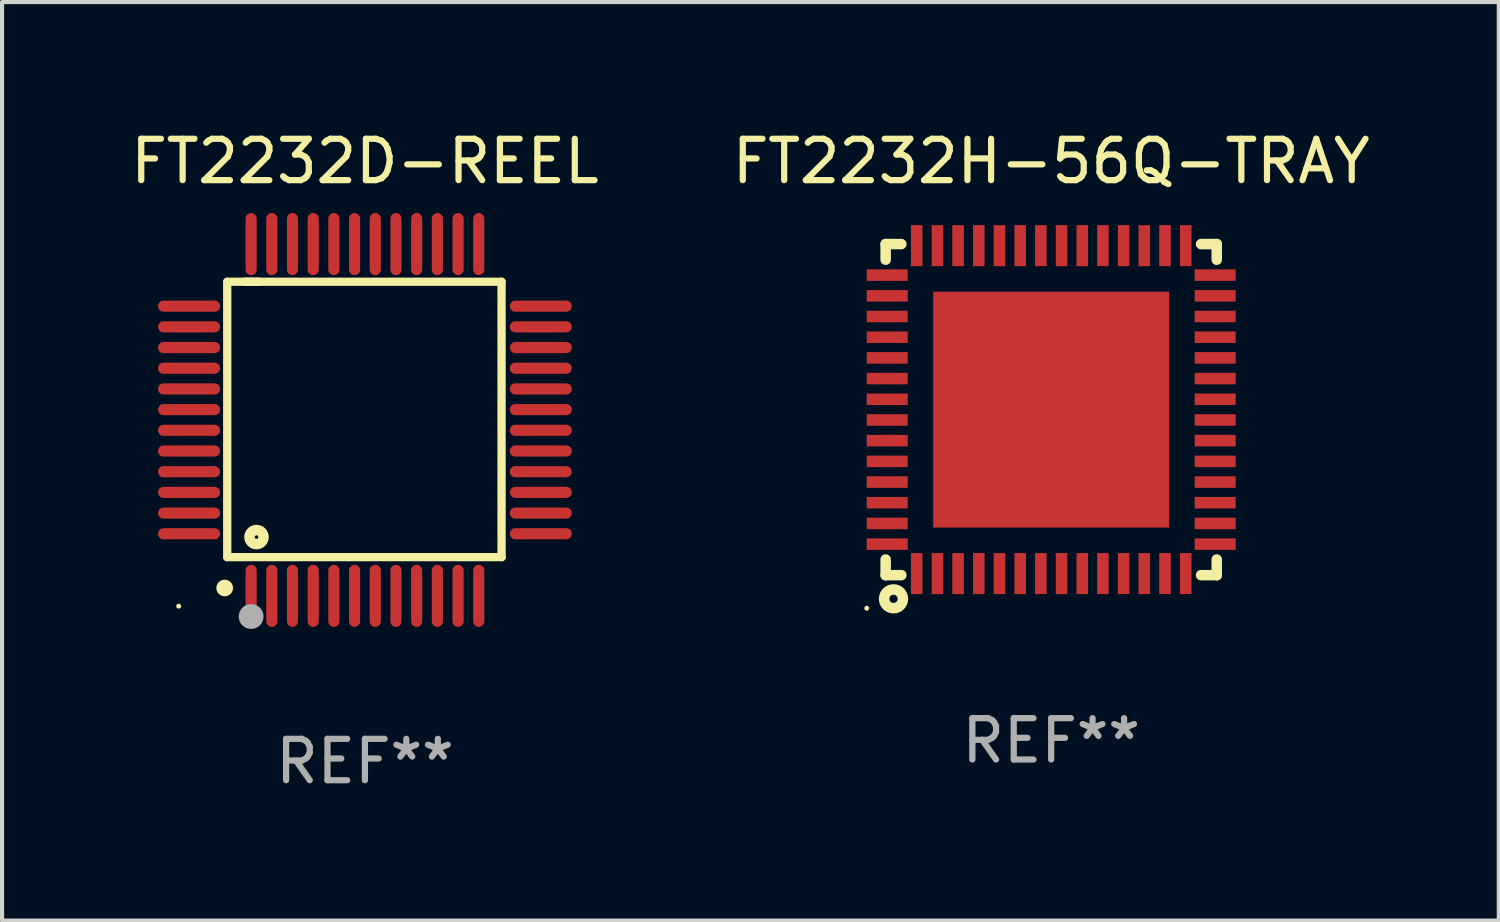
<source format=kicad_pcb>
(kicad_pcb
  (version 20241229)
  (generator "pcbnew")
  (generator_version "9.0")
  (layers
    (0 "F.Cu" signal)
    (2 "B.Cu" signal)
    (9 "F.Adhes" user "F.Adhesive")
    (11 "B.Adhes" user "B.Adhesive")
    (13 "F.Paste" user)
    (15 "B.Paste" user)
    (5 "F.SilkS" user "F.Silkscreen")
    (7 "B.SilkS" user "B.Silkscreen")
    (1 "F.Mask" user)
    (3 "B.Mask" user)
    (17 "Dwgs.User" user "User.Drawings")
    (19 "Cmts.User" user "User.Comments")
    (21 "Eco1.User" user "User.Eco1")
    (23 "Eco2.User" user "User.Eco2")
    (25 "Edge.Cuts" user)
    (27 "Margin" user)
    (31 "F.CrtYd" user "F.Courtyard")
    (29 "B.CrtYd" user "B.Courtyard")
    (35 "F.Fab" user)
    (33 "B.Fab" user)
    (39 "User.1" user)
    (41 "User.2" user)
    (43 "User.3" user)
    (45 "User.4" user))
  (footprint "FT2232H-56Q-TRAY"
    (layer "F.Cu")
    (at 22.351 6.848)
    (property "Reference" "FT2232H-56Q-TRAY" (at 0 -6 0) (layer "F.SilkS") (effects (font (size 1 1) (thickness 0.15))))
    (attr through_hole)
    (fp_line (start -4 -4) (end -3.622 -4) (stroke (width 0.254) (type solid)) (layer "F.SilkS"))
    (fp_line (start -4 -3.622) (end -4 -4) (stroke (width 0.254) (type solid)) (layer "F.SilkS"))
    (fp_line (start -4 4) (end -4 3.622) (stroke (width 0.254) (type solid)) (layer "F.SilkS"))
    (fp_line (start -4 4) (end -3.622 4) (stroke (width 0.254) (type solid)) (layer "F.SilkS"))
    (fp_line (start 3.622 -4) (end 4 -4) (stroke (width 0.254) (type solid)) (layer "F.SilkS"))
    (fp_line (start 3.622 4) (end 4 4) (stroke (width 0.254) (type solid)) (layer "F.SilkS"))
    (fp_line (start 4 -4) (end 4 -3.622) (stroke (width 0.254) (type solid)) (layer "F.SilkS"))
    (fp_line (start 4 3.622) (end 4 4) (stroke (width 0.254) (type solid)) (layer "F.SilkS"))
    (fp_circle (center -4.457 4.799) (end -4.427 4.799) (stroke (width 0.06) (type solid)) (fill no) (layer "F.SilkS"))
    (fp_circle (center -3.81 4.572) (end -3.71 4.572) (stroke (width 0.254) (type solid)) (fill no) (layer "F.SilkS"))
    (fp_text user "REF**" (at 0 8 0) (layer "F.Fab") (effects (font (size 1 1) (thickness 0.15))))
    (pad "1" smd rect (at -3.25 3.962 90) (size 0.991 0.279) (layers "F.Cu" "F.Mask" "F.Paste"))
    (pad "2" smd rect (at -2.75 3.962 90) (size 0.991 0.279) (layers "F.Cu" "F.Mask" "F.Paste"))
    (pad "3" smd rect (at -2.25 3.962 90) (size 0.991 0.279) (layers "F.Cu" "F.Mask" "F.Paste"))
    (pad "4" smd rect (at -1.75 3.962 90) (size 0.991 0.279) (layers "F.Cu" "F.Mask" "F.Paste"))
    (pad "5" smd rect (at -1.25 3.962 90) (size 0.991 0.279) (layers "F.Cu" "F.Mask" "F.Paste"))
    (pad "6" smd rect (at -0.75 3.962 90) (size 0.991 0.279) (layers "F.Cu" "F.Mask" "F.Paste"))
    (pad "7" smd rect (at -0.25 3.962 90) (size 0.991 0.279) (layers "F.Cu" "F.Mask" "F.Paste"))
    (pad "8" smd rect (at 0.25 3.962 90) (size 0.991 0.279) (layers "F.Cu" "F.Mask" "F.Paste"))
    (pad "9" smd rect (at 0.75 3.962 90) (size 0.991 0.279) (layers "F.Cu" "F.Mask" "F.Paste"))
    (pad "10" smd rect (at 1.25 3.962 90) (size 0.991 0.279) (layers "F.Cu" "F.Mask" "F.Paste"))
    (pad "11" smd rect (at 1.75 3.962 90) (size 0.991 0.279) (layers "F.Cu" "F.Mask" "F.Paste"))
    (pad "12" smd rect (at 2.25 3.962 90) (size 0.991 0.279) (layers "F.Cu" "F.Mask" "F.Paste"))
    (pad "13" smd rect (at 2.75 3.962 90) (size 0.991 0.279) (layers "F.Cu" "F.Mask" "F.Paste"))
    (pad "14" smd rect (at 3.25 3.962 90) (size 0.991 0.279) (layers "F.Cu" "F.Mask" "F.Paste"))
    (pad "15" smd rect (at 3.962 3.25 90) (size 0.279 0.991) (layers "F.Cu" "F.Mask" "F.Paste"))
    (pad "16" smd rect (at 3.962 2.75 90) (size 0.279 0.991) (layers "F.Cu" "F.Mask" "F.Paste"))
    (pad "17" smd rect (at 3.962 2.25 90) (size 0.279 0.991) (layers "F.Cu" "F.Mask" "F.Paste"))
    (pad "18" smd rect (at 3.962 1.75 90) (size 0.279 0.991) (layers "F.Cu" "F.Mask" "F.Paste"))
    (pad "19" smd rect (at 3.962 1.25 90) (size 0.279 0.991) (layers "F.Cu" "F.Mask" "F.Paste"))
    (pad "20" smd rect (at 3.962 0.75 90) (size 0.279 0.991) (layers "F.Cu" "F.Mask" "F.Paste"))
    (pad "21" smd rect (at 3.962 0.25 90) (size 0.279 0.991) (layers "F.Cu" "F.Mask" "F.Paste"))
    (pad "22" smd rect (at 3.962 -0.25 90) (size 0.279 0.991) (layers "F.Cu" "F.Mask" "F.Paste"))
    (pad "23" smd rect (at 3.962 -0.75 90) (size 0.279 0.991) (layers "F.Cu" "F.Mask" "F.Paste"))
    (pad "24" smd rect (at 3.962 -1.25 90) (size 0.279 0.991) (layers "F.Cu" "F.Mask" "F.Paste"))
    (pad "25" smd rect (at 3.962 -1.75 90) (size 0.279 0.991) (layers "F.Cu" "F.Mask" "F.Paste"))
    (pad "26" smd rect (at 3.962 -2.25 90) (size 0.279 0.991) (layers "F.Cu" "F.Mask" "F.Paste"))
    (pad "27" smd rect (at 3.962 -2.75 90) (size 0.279 0.991) (layers "F.Cu" "F.Mask" "F.Paste"))
    (pad "28" smd rect (at 3.962 -3.25 90) (size 0.279 0.991) (layers "F.Cu" "F.Mask" "F.Paste"))
    (pad "29" smd rect (at 3.25 -3.962 90) (size 0.991 0.279) (layers "F.Cu" "F.Mask" "F.Paste"))
    (pad "30" smd rect (at 2.75 -3.962 90) (size 0.991 0.279) (layers "F.Cu" "F.Mask" "F.Paste"))
    (pad "31" smd rect (at 2.25 -3.962 90) (size 0.991 0.279) (layers "F.Cu" "F.Mask" "F.Paste"))
    (pad "32" smd rect (at 1.75 -3.962 90) (size 0.991 0.279) (layers "F.Cu" "F.Mask" "F.Paste"))
    (pad "33" smd rect (at 1.25 -3.962 90) (size 0.991 0.279) (layers "F.Cu" "F.Mask" "F.Paste"))
    (pad "34" smd rect (at 0.75 -3.962 90) (size 0.991 0.279) (layers "F.Cu" "F.Mask" "F.Paste"))
    (pad "35" smd rect (at 0.25 -3.962 90) (size 0.991 0.279) (layers "F.Cu" "F.Mask" "F.Paste"))
    (pad "36" smd rect (at -0.25 -3.962 90) (size 0.991 0.279) (layers "F.Cu" "F.Mask" "F.Paste"))
    (pad "37" smd rect (at -0.75 -3.962 90) (size 0.991 0.279) (layers "F.Cu" "F.Mask" "F.Paste"))
    (pad "38" smd rect (at -1.25 -3.962 90) (size 0.991 0.279) (layers "F.Cu" "F.Mask" "F.Paste"))
    (pad "39" smd rect (at -1.75 -3.962 90) (size 0.991 0.279) (layers "F.Cu" "F.Mask" "F.Paste"))
    (pad "40" smd rect (at -2.25 -3.962 90) (size 0.991 0.279) (layers "F.Cu" "F.Mask" "F.Paste"))
    (pad "41" smd rect (at -2.75 -3.962 90) (size 0.991 0.279) (layers "F.Cu" "F.Mask" "F.Paste"))
    (pad "42" smd rect (at -3.25 -3.962 90) (size 0.991 0.279) (layers "F.Cu" "F.Mask" "F.Paste"))
    (pad "43" smd rect (at -3.962 -3.25 90) (size 0.279 0.991) (layers "F.Cu" "F.Mask" "F.Paste"))
    (pad "44" smd rect (at -3.962 -2.75 90) (size 0.279 0.991) (layers "F.Cu" "F.Mask" "F.Paste"))
    (pad "45" smd rect (at -3.962 -2.25 90) (size 0.279 0.991) (layers "F.Cu" "F.Mask" "F.Paste"))
    (pad "46" smd rect (at -3.962 -1.75 90) (size 0.279 0.991) (layers "F.Cu" "F.Mask" "F.Paste"))
    (pad "47" smd rect (at -3.962 -1.25 90) (size 0.279 0.991) (layers "F.Cu" "F.Mask" "F.Paste"))
    (pad "48" smd rect (at -3.962 -0.75 90) (size 0.279 0.991) (layers "F.Cu" "F.Mask" "F.Paste"))
    (pad "49" smd rect (at -3.962 -0.25 90) (size 0.279 0.991) (layers "F.Cu" "F.Mask" "F.Paste"))
    (pad "50" smd rect (at -3.962 0.25 90) (size 0.279 0.991) (layers "F.Cu" "F.Mask" "F.Paste"))
    (pad "51" smd rect (at -3.962 0.75 90) (size 0.279 0.991) (layers "F.Cu" "F.Mask" "F.Paste"))
    (pad "52" smd rect (at -3.962 1.25 90) (size 0.279 0.991) (layers "F.Cu" "F.Mask" "F.Paste"))
    (pad "53" smd rect (at -3.962 1.75 90) (size 0.279 0.991) (layers "F.Cu" "F.Mask" "F.Paste"))
    (pad "54" smd rect (at -3.962 2.25 90) (size 0.279 0.991) (layers "F.Cu" "F.Mask" "F.Paste"))
    (pad "55" smd rect (at -3.962 2.75 90) (size 0.279 0.991) (layers "F.Cu" "F.Mask" "F.Paste"))
    (pad "56" smd rect (at -3.962 3.25 90) (size 0.279 0.991) (layers "F.Cu" "F.Mask" "F.Paste"))
    (pad "57" smd rect (at 0 0 90) (size 5.7 5.7) (layers "F.Cu" "F.Mask" "F.Paste")))
  (footprint "FT2232D-REEL"
    (layer "F.Cu")
    (at 5.768 7.098)
    (property "Reference" "FT2232D-REEL" (at 0 -6.25 0) (layer "F.SilkS") (effects (font (size 1 1) (thickness 0.15))))
    (attr through_hole)
    (fp_line (start -3.327 -3.34) (end -2.565 -3.34) (stroke (width 0.2) (type solid)) (layer "F.SilkS"))
    (fp_line (start -3.327 3.315) (end -3.327 -3.34) (stroke (width 0.2) (type solid)) (layer "F.SilkS"))
    (fp_line (start -2.896 -3.34) (end 3.302 -3.34) (stroke (width 0.2) (type solid)) (layer "F.SilkS"))
    (fp_line (start 3.302 -3.34) (end 3.302 3.315) (stroke (width 0.2) (type solid)) (layer "F.SilkS"))
    (fp_line (start 3.302 3.315) (end -3.327 3.315) (stroke (width 0.2) (type solid)) (layer "F.SilkS"))
    (fp_arc (start -3.389992 4.059995) (mid -3.388722 4.059991) (end -3.387452 4.059995) (stroke (width 0.4) (type solid)) (layer "F.SilkS"))
    (fp_circle (center -4.5 4.5) (end -4.47 4.5) (stroke (width 0.06) (type solid)) (fill no) (layer "F.SilkS"))
    (fp_circle (center -2.62 2.83) (end -2.45 2.83) (stroke (width 0.254) (type solid)) (fill no) (layer "F.SilkS"))
    (fp_circle (center -2.75 4.75) (end -2.6 4.75) (stroke (width 0.3) (type solid)) (fill no) (layer "F.Fab"))
    (fp_text user "REF**" (at 0 8.25 0) (layer "F.Fab") (effects (font (size 1 1) (thickness 0.15))))
    (pad "1" smd oval (at -2.75 4.25) (size 0.27 1.5) (layers "F.Cu" "F.Mask" "F.Paste"))
    (pad "2" smd oval (at -2.25 4.25) (size 0.27 1.5) (layers "F.Cu" "F.Mask" "F.Paste"))
    (pad "3" smd oval (at -1.75 4.25) (size 0.27 1.5) (layers "F.Cu" "F.Mask" "F.Paste"))
    (pad "4" smd oval (at -1.25 4.25) (size 0.27 1.5) (layers "F.Cu" "F.Mask" "F.Paste"))
    (pad "5" smd oval (at -0.75 4.25) (size 0.27 1.5) (layers "F.Cu" "F.Mask" "F.Paste"))
    (pad "6" smd oval (at -0.25 4.25) (size 0.27 1.5) (layers "F.Cu" "F.Mask" "F.Paste"))
    (pad "7" smd oval (at 0.25 4.25) (size 0.27 1.5) (layers "F.Cu" "F.Mask" "F.Paste"))
    (pad "8" smd oval (at 0.75 4.25) (size 0.27 1.5) (layers "F.Cu" "F.Mask" "F.Paste"))
    (pad "9" smd oval (at 1.25 4.25) (size 0.27 1.5) (layers "F.Cu" "F.Mask" "F.Paste"))
    (pad "10" smd oval (at 1.75 4.25) (size 0.27 1.5) (layers "F.Cu" "F.Mask" "F.Paste"))
    (pad "11" smd oval (at 2.25 4.25) (size 0.27 1.5) (layers "F.Cu" "F.Mask" "F.Paste"))
    (pad "12" smd oval (at 2.75 4.25) (size 0.27 1.5) (layers "F.Cu" "F.Mask" "F.Paste"))
    (pad "13" smd oval (at 4.25 2.75) (size 1.5 0.27) (layers "F.Cu" "F.Mask" "F.Paste"))
    (pad "14" smd oval (at 4.25 2.25) (size 1.5 0.27) (layers "F.Cu" "F.Mask" "F.Paste"))
    (pad "15" smd oval (at 4.25 1.75) (size 1.5 0.27) (layers "F.Cu" "F.Mask" "F.Paste"))
    (pad "16" smd oval (at 4.25 1.25) (size 1.5 0.27) (layers "F.Cu" "F.Mask" "F.Paste"))
    (pad "17" smd oval (at 4.25 0.75) (size 1.5 0.27) (layers "F.Cu" "F.Mask" "F.Paste"))
    (pad "18" smd oval (at 4.25 0.25) (size 1.5 0.27) (layers "F.Cu" "F.Mask" "F.Paste"))
    (pad "19" smd oval (at 4.25 -0.25) (size 1.5 0.27) (layers "F.Cu" "F.Mask" "F.Paste"))
    (pad "20" smd oval (at 4.25 -0.75) (size 1.5 0.27) (layers "F.Cu" "F.Mask" "F.Paste"))
    (pad "21" smd oval (at 4.25 -1.25) (size 1.5 0.27) (layers "F.Cu" "F.Mask" "F.Paste"))
    (pad "22" smd oval (at 4.25 -1.75) (size 1.5 0.27) (layers "F.Cu" "F.Mask" "F.Paste"))
    (pad "23" smd oval (at 4.25 -2.25) (size 1.5 0.27) (layers "F.Cu" "F.Mask" "F.Paste"))
    (pad "24" smd oval (at 4.25 -2.75) (size 1.5 0.27) (layers "F.Cu" "F.Mask" "F.Paste"))
    (pad "25" smd oval (at 2.75 -4.25) (size 0.27 1.5) (layers "F.Cu" "F.Mask" "F.Paste"))
    (pad "26" smd oval (at 2.25 -4.25) (size 0.27 1.5) (layers "F.Cu" "F.Mask" "F.Paste"))
    (pad "27" smd oval (at 1.75 -4.25) (size 0.27 1.5) (layers "F.Cu" "F.Mask" "F.Paste"))
    (pad "28" smd oval (at 1.25 -4.25) (size 0.27 1.5) (layers "F.Cu" "F.Mask" "F.Paste"))
    (pad "29" smd oval (at 0.75 -4.25) (size 0.27 1.5) (layers "F.Cu" "F.Mask" "F.Paste"))
    (pad "30" smd oval (at 0.25 -4.25) (size 0.27 1.5) (layers "F.Cu" "F.Mask" "F.Paste"))
    (pad "31" smd oval (at -0.25 -4.25) (size 0.27 1.5) (layers "F.Cu" "F.Mask" "F.Paste"))
    (pad "32" smd oval (at -0.75 -4.25) (size 0.27 1.5) (layers "F.Cu" "F.Mask" "F.Paste"))
    (pad "33" smd oval (at -1.25 -4.25) (size 0.27 1.5) (layers "F.Cu" "F.Mask" "F.Paste"))
    (pad "34" smd oval (at -1.75 -4.25) (size 0.27 1.5) (layers "F.Cu" "F.Mask" "F.Paste"))
    (pad "35" smd oval (at -2.25 -4.25) (size 0.27 1.5) (layers "F.Cu" "F.Mask" "F.Paste"))
    (pad "36" smd oval (at -2.75 -4.25) (size 0.27 1.5) (layers "F.Cu" "F.Mask" "F.Paste"))
    (pad "37" smd oval (at -4.25 -2.75) (size 1.5 0.27) (layers "F.Cu" "F.Mask" "F.Paste"))
    (pad "38" smd oval (at -4.25 -2.25) (size 1.5 0.27) (layers "F.Cu" "F.Mask" "F.Paste"))
    (pad "39" smd oval (at -4.25 -1.75) (size 1.5 0.27) (layers "F.Cu" "F.Mask" "F.Paste"))
    (pad "40" smd oval (at -4.25 -1.25) (size 1.5 0.27) (layers "F.Cu" "F.Mask" "F.Paste"))
    (pad "41" smd oval (at -4.25 -0.75) (size 1.5 0.27) (layers "F.Cu" "F.Mask" "F.Paste"))
    (pad "42" smd oval (at -4.25 -0.25) (size 1.5 0.27) (layers "F.Cu" "F.Mask" "F.Paste"))
    (pad "43" smd oval (at -4.25 0.25) (size 1.5 0.27) (layers "F.Cu" "F.Mask" "F.Paste"))
    (pad "44" smd oval (at -4.25 0.75) (size 1.5 0.27) (layers "F.Cu" "F.Mask" "F.Paste"))
    (pad "45" smd oval (at -4.25 1.25) (size 1.5 0.27) (layers "F.Cu" "F.Mask" "F.Paste"))
    (pad "46" smd oval (at -4.25 1.75) (size 1.5 0.27) (layers "F.Cu" "F.Mask" "F.Paste"))
    (pad "47" smd oval (at -4.25 2.25) (size 1.5 0.27) (layers "F.Cu" "F.Mask" "F.Paste"))
    (pad "48" smd oval (at -4.25 2.75) (size 1.5 0.27) (layers "F.Cu" "F.Mask" "F.Paste")))
  (gr_rect
    (start -3 -3)
    (end 33.167 19.196)
    (stroke (width 0.1) (type default))
    (fill no)
    (layer "Edge.Cuts")))
</source>
